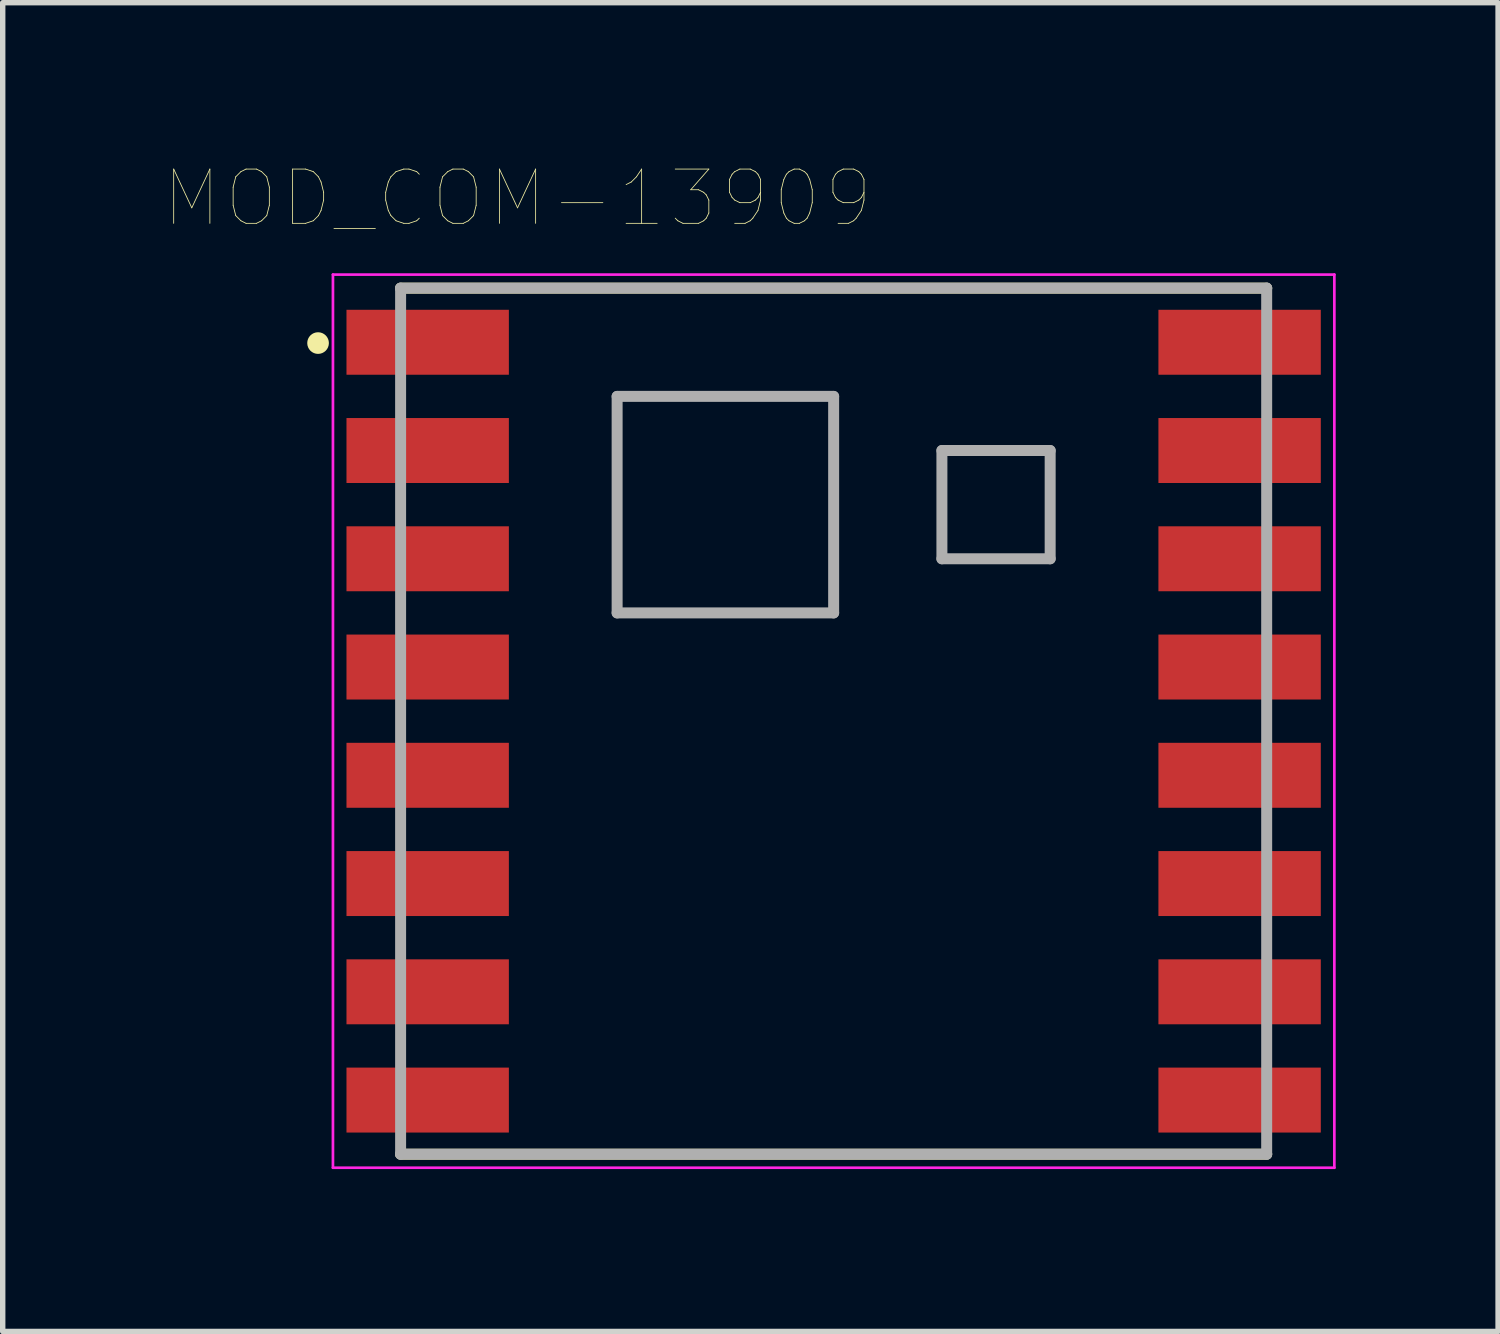
<source format=kicad_pcb>
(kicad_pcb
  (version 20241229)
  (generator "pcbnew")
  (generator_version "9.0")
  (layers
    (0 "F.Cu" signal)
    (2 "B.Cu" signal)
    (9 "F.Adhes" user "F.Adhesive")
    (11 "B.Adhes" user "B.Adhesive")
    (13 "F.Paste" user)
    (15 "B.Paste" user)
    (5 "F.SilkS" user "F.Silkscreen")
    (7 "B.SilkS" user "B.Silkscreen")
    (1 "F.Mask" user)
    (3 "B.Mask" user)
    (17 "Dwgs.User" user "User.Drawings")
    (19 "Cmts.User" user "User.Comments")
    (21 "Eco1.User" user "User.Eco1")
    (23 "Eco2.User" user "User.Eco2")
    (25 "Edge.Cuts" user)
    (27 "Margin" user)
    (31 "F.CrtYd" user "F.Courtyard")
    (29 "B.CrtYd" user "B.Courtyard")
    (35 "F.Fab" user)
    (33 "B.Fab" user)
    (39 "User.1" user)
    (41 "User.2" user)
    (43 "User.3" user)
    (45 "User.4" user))
  (footprint "MOD_COM-13909"
    (layer "F.Cu")
    (at 12.351 10.273)
    (property "Reference" "MOD_COM-13909" (at -5.84 -9.66 0) (layer "F.SilkS") (effects (font (size 1.003 1.003) (thickness 0.015))))
    (attr through_hole)
    (fp_line (start -8 -8) (end 8 -8) (stroke (width 0.203) (type solid)) (layer "F.SilkS"))
    (fp_line (start 8 8) (end -8 8) (stroke (width 0.203) (type solid)) (layer "F.SilkS"))
    (fp_circle (center -9.525 -6.985) (end -9.425 -6.985) (stroke (width 0.2) (type solid)) (fill no) (layer "F.SilkS"))
    (fp_line (start -9.25 -8.25) (end -9.25 8.25) (stroke (width 0.05) (type solid)) (layer "F.CrtYd"))
    (fp_line (start -9.25 8.25) (end 9.25 8.25) (stroke (width 0.05) (type solid)) (layer "F.CrtYd"))
    (fp_line (start 9.25 -8.25) (end -9.25 -8.25) (stroke (width 0.05) (type solid)) (layer "F.CrtYd"))
    (fp_line (start 9.25 8.25) (end 9.25 -8.25) (stroke (width 0.05) (type solid)) (layer "F.CrtYd"))
    (fp_line (start -8 -8) (end 8 -8) (stroke (width 0.203) (type solid)) (layer "F.Fab"))
    (fp_line (start -8 8) (end -8 -8) (stroke (width 0.203) (type solid)) (layer "F.Fab"))
    (fp_line (start -4 -6) (end -4 -2) (stroke (width 0.203) (type solid)) (layer "F.Fab"))
    (fp_line (start -4 -2) (end 0 -2) (stroke (width 0.203) (type solid)) (layer "F.Fab"))
    (fp_line (start 0 -6) (end -4 -6) (stroke (width 0.203) (type solid)) (layer "F.Fab"))
    (fp_line (start 0 -2) (end 0 -6) (stroke (width 0.203) (type solid)) (layer "F.Fab"))
    (fp_line (start 2 -3) (end 2 -5) (stroke (width 0.203) (type solid)) (layer "F.Fab"))
    (fp_line (start 4 -5) (end 2 -5) (stroke (width 0.203) (type solid)) (layer "F.Fab"))
    (fp_line (start 4 -3) (end 2 -3) (stroke (width 0.203) (type solid)) (layer "F.Fab"))
    (fp_line (start 4 -3) (end 4 -5) (stroke (width 0.203) (type solid)) (layer "F.Fab"))
    (fp_line (start 8 -8) (end 8 8) (stroke (width 0.203) (type solid)) (layer "F.Fab"))
    (fp_line (start 8 8) (end -8 8) (stroke (width 0.203) (type solid)) (layer "F.Fab"))
    (pad "1" smd rect (at -7.5 -7) (size 3 1.2) (layers "F.Cu" "F.Mask" "F.Paste"))
    (pad "2" smd rect (at -7.5 -5) (size 3 1.2) (layers "F.Cu" "F.Mask" "F.Paste"))
    (pad "3" smd rect (at -7.5 -3) (size 3 1.2) (layers "F.Cu" "F.Mask" "F.Paste"))
    (pad "4" smd rect (at -7.5 -1) (size 3 1.2) (layers "F.Cu" "F.Mask" "F.Paste"))
    (pad "5" smd rect (at -7.5 1) (size 3 1.2) (layers "F.Cu" "F.Mask" "F.Paste"))
    (pad "6" smd rect (at -7.5 3) (size 3 1.2) (layers "F.Cu" "F.Mask" "F.Paste"))
    (pad "7" smd rect (at -7.5 5) (size 3 1.2) (layers "F.Cu" "F.Mask" "F.Paste"))
    (pad "8" smd rect (at -7.5 7) (size 3 1.2) (layers "F.Cu" "F.Mask" "F.Paste"))
    (pad "9" smd rect (at 7.5 7) (size 3 1.2) (layers "F.Cu" "F.Mask" "F.Paste"))
    (pad "10" smd rect (at 7.5 5) (size 3 1.2) (layers "F.Cu" "F.Mask" "F.Paste"))
    (pad "11" smd rect (at 7.5 3) (size 3 1.2) (layers "F.Cu" "F.Mask" "F.Paste"))
    (pad "12" smd rect (at 7.5 1) (size 3 1.2) (layers "F.Cu" "F.Mask" "F.Paste"))
    (pad "13" smd rect (at 7.5 -1) (size 3 1.2) (layers "F.Cu" "F.Mask" "F.Paste"))
    (pad "14" smd rect (at 7.5 -3) (size 3 1.2) (layers "F.Cu" "F.Mask" "F.Paste"))
    (pad "15" smd rect (at 7.5 -5) (size 3 1.2) (layers "F.Cu" "F.Mask" "F.Paste"))
    (pad "16" smd rect (at 7.5 -7) (size 3 1.2) (layers "F.Cu" "F.Mask" "F.Paste")))
  (gr_rect
    (start -3 -3)
    (end 24.626 21.548)
    (stroke (width 0.1) (type default))
    (fill no)
    (layer "Edge.Cuts")))
</source>
